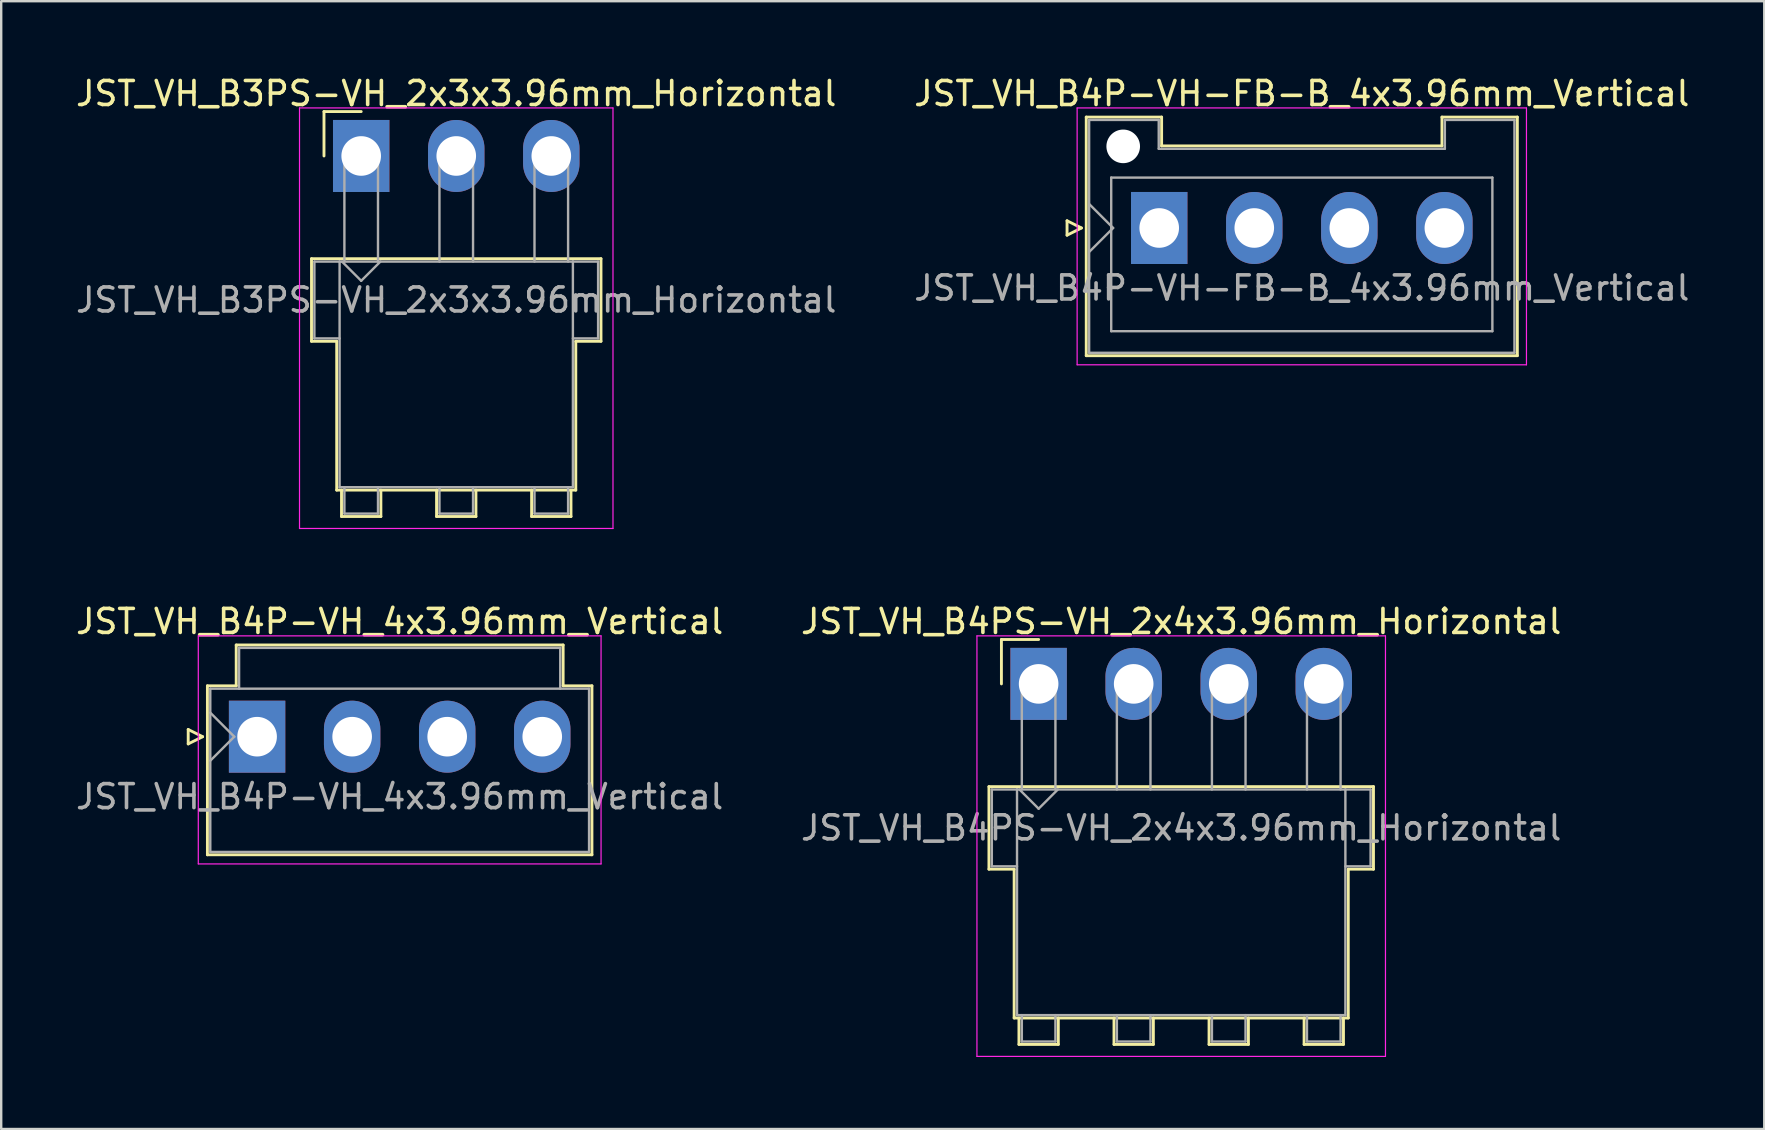
<source format=kicad_pcb>
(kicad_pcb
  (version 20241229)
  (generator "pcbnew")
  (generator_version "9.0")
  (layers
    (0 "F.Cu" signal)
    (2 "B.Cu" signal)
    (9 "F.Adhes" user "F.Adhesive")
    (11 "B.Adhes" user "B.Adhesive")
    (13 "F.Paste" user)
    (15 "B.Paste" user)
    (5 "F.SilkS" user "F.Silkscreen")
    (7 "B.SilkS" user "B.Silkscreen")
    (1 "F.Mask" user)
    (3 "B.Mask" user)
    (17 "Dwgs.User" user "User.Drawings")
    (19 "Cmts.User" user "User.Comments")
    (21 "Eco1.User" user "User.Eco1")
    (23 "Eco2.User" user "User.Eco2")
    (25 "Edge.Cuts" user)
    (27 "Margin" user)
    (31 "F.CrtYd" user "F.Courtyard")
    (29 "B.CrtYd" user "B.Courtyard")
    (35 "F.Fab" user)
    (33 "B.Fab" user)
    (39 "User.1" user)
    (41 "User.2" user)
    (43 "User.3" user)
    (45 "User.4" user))
  (footprint "JST_VH_B4PS-VH_2x4x3.96mm_Horizontal"
    (layer "F.Cu")
    (at 40.221 25.442)
    (property "Reference" "JST_VH_B4PS-VH_2x4x3.96mm_Horizontal" (at 5.94 -2.6 0) (layer "F.SilkS") (effects (font (size 1 1) (thickness 0.15))))
    (attr through_hole)
    (fp_line (start -2.07 4.28) (end 13.95 4.28) (stroke (width 0.12) (type solid)) (layer "F.SilkS"))
    (fp_line (start -2.07 7.72) (end -2.07 4.28) (stroke (width 0.12) (type solid)) (layer "F.SilkS"))
    (fp_line (start -1.55 -1.85) (end -1.55 0) (stroke (width 0.12) (type solid)) (layer "F.SilkS"))
    (fp_line (start -1.02 7.72) (end -2.07 7.72) (stroke (width 0.12) (type solid)) (layer "F.SilkS"))
    (fp_line (start -1.02 13.92) (end -1.02 7.72) (stroke (width 0.12) (type solid)) (layer "F.SilkS"))
    (fp_line (start -0.82 13.92) (end -0.82 15.02) (stroke (width 0.12) (type solid)) (layer "F.SilkS"))
    (fp_line (start -0.82 15.02) (end 0.82 15.02) (stroke (width 0.12) (type solid)) (layer "F.SilkS"))
    (fp_line (start 0 -1.85) (end -1.55 -1.85) (stroke (width 0.12) (type solid)) (layer "F.SilkS"))
    (fp_line (start 0.82 15.02) (end 0.82 13.92) (stroke (width 0.12) (type solid)) (layer "F.SilkS"))
    (fp_line (start 3.14 13.92) (end 3.14 15.02) (stroke (width 0.12) (type solid)) (layer "F.SilkS"))
    (fp_line (start 3.14 15.02) (end 4.78 15.02) (stroke (width 0.12) (type solid)) (layer "F.SilkS"))
    (fp_line (start 4.78 15.02) (end 4.78 13.92) (stroke (width 0.12) (type solid)) (layer "F.SilkS"))
    (fp_line (start 7.1 13.92) (end 7.1 15.02) (stroke (width 0.12) (type solid)) (layer "F.SilkS"))
    (fp_line (start 7.1 15.02) (end 8.74 15.02) (stroke (width 0.12) (type solid)) (layer "F.SilkS"))
    (fp_line (start 8.74 15.02) (end 8.74 13.92) (stroke (width 0.12) (type solid)) (layer "F.SilkS"))
    (fp_line (start 11.06 13.92) (end 11.06 15.02) (stroke (width 0.12) (type solid)) (layer "F.SilkS"))
    (fp_line (start 11.06 15.02) (end 12.7 15.02) (stroke (width 0.12) (type solid)) (layer "F.SilkS"))
    (fp_line (start 12.7 15.02) (end 12.7 13.92) (stroke (width 0.12) (type solid)) (layer "F.SilkS"))
    (fp_line (start 12.9 7.72) (end 12.9 13.92) (stroke (width 0.12) (type solid)) (layer "F.SilkS"))
    (fp_line (start 12.9 13.92) (end -1.02 13.92) (stroke (width 0.12) (type solid)) (layer "F.SilkS"))
    (fp_line (start 13.95 4.28) (end 13.95 7.72) (stroke (width 0.12) (type solid)) (layer "F.SilkS"))
    (fp_line (start 13.95 7.72) (end 12.9 7.72) (stroke (width 0.12) (type solid)) (layer "F.SilkS"))
    (fp_line (start -2.57 -2) (end -2.57 15.52) (stroke (width 0.05) (type solid)) (layer "F.CrtYd"))
    (fp_line (start -2.57 15.52) (end 14.45 15.52) (stroke (width 0.05) (type solid)) (layer "F.CrtYd"))
    (fp_line (start 14.45 -2) (end -2.57 -2) (stroke (width 0.05) (type solid)) (layer "F.CrtYd"))
    (fp_line (start 14.45 15.52) (end 14.45 -2) (stroke (width 0.05) (type solid)) (layer "F.CrtYd"))
    (fp_line (start -1.95 4.4) (end -0.9 4.4) (stroke (width 0.1) (type solid)) (layer "F.Fab"))
    (fp_line (start -1.95 7.6) (end -1.95 4.4) (stroke (width 0.1) (type solid)) (layer "F.Fab"))
    (fp_line (start -0.9 4.4) (end -0.9 13.8) (stroke (width 0.1) (type solid)) (layer "F.Fab"))
    (fp_line (start -0.9 7.6) (end -1.95 7.6) (stroke (width 0.1) (type solid)) (layer "F.Fab"))
    (fp_line (start -0.9 13.8) (end 12.78 13.8) (stroke (width 0.1) (type solid)) (layer "F.Fab"))
    (fp_line (start -0.8 4.4) (end 0 5.2) (stroke (width 0.1) (type solid)) (layer "F.Fab"))
    (fp_line (start -0.7 0) (end 0.7 0) (stroke (width 0.1) (type solid)) (layer "F.Fab"))
    (fp_line (start -0.7 4.4) (end -0.7 0) (stroke (width 0.1) (type solid)) (layer "F.Fab"))
    (fp_line (start -0.7 13.8) (end -0.7 14.9) (stroke (width 0.1) (type solid)) (layer "F.Fab"))
    (fp_line (start -0.7 14.9) (end 0.7 14.9) (stroke (width 0.1) (type solid)) (layer "F.Fab"))
    (fp_line (start 0 5.2) (end 0.8 4.4) (stroke (width 0.1) (type solid)) (layer "F.Fab"))
    (fp_line (start 0.7 0) (end 0.7 4.4) (stroke (width 0.1) (type solid)) (layer "F.Fab"))
    (fp_line (start 0.7 14.9) (end 0.7 13.8) (stroke (width 0.1) (type solid)) (layer "F.Fab"))
    (fp_line (start 3.26 0) (end 4.66 0) (stroke (width 0.1) (type solid)) (layer "F.Fab"))
    (fp_line (start 3.26 4.4) (end 3.26 0) (stroke (width 0.1) (type solid)) (layer "F.Fab"))
    (fp_line (start 3.26 13.8) (end 3.26 14.9) (stroke (width 0.1) (type solid)) (layer "F.Fab"))
    (fp_line (start 3.26 14.9) (end 4.66 14.9) (stroke (width 0.1) (type solid)) (layer "F.Fab"))
    (fp_line (start 4.66 0) (end 4.66 4.4) (stroke (width 0.1) (type solid)) (layer "F.Fab"))
    (fp_line (start 4.66 14.9) (end 4.66 13.8) (stroke (width 0.1) (type solid)) (layer "F.Fab"))
    (fp_line (start 7.22 0) (end 8.62 0) (stroke (width 0.1) (type solid)) (layer "F.Fab"))
    (fp_line (start 7.22 4.4) (end 7.22 0) (stroke (width 0.1) (type solid)) (layer "F.Fab"))
    (fp_line (start 7.22 13.8) (end 7.22 14.9) (stroke (width 0.1) (type solid)) (layer "F.Fab"))
    (fp_line (start 7.22 14.9) (end 8.62 14.9) (stroke (width 0.1) (type solid)) (layer "F.Fab"))
    (fp_line (start 8.62 0) (end 8.62 4.4) (stroke (width 0.1) (type solid)) (layer "F.Fab"))
    (fp_line (start 8.62 14.9) (end 8.62 13.8) (stroke (width 0.1) (type solid)) (layer "F.Fab"))
    (fp_line (start 11.18 0) (end 12.58 0) (stroke (width 0.1) (type solid)) (layer "F.Fab"))
    (fp_line (start 11.18 4.4) (end 11.18 0) (stroke (width 0.1) (type solid)) (layer "F.Fab"))
    (fp_line (start 11.18 13.8) (end 11.18 14.9) (stroke (width 0.1) (type solid)) (layer "F.Fab"))
    (fp_line (start 11.18 14.9) (end 12.58 14.9) (stroke (width 0.1) (type solid)) (layer "F.Fab"))
    (fp_line (start 12.58 0) (end 12.58 4.4) (stroke (width 0.1) (type solid)) (layer "F.Fab"))
    (fp_line (start 12.58 14.9) (end 12.58 13.8) (stroke (width 0.1) (type solid)) (layer "F.Fab"))
    (fp_line (start 12.78 4.4) (end -0.9 4.4) (stroke (width 0.1) (type solid)) (layer "F.Fab"))
    (fp_line (start 12.78 4.4) (end 13.83 4.4) (stroke (width 0.1) (type solid)) (layer "F.Fab"))
    (fp_line (start 12.78 13.8) (end 12.78 4.4) (stroke (width 0.1) (type solid)) (layer "F.Fab"))
    (fp_line (start 13.83 4.4) (end 13.83 7.6) (stroke (width 0.1) (type solid)) (layer "F.Fab"))
    (fp_line (start 13.83 7.6) (end 12.78 7.6) (stroke (width 0.1) (type solid)) (layer "F.Fab"))
    (fp_text user "${REFERENCE}" (at 5.94 6 0) (layer "F.Fab") (effects (font (size 1 1) (thickness 0.15))))
    (pad "1" thru_hole rect (at 0 0) (size 2.35 3) (drill 1.65) (layers "*.Cu" "*.Mask"))
    (pad "2" thru_hole oval (at 3.96 0) (size 2.35 3) (drill 1.65) (layers "*.Cu" "*.Mask"))
    (pad "3" thru_hole oval (at 7.92 0) (size 2.35 3) (drill 1.65) (layers "*.Cu" "*.Mask"))
    (pad "4" thru_hole oval (at 11.88 0) (size 2.35 3) (drill 1.65) (layers "*.Cu" "*.Mask")))
  (footprint "JST_VH_B4P-VH_4x3.96mm_Vertical"
    (layer "F.Cu")
    (at 7.661 27.642)
    (property "Reference" "JST_VH_B4P-VH_4x3.96mm_Vertical" (at 5.94 -4.8 0) (layer "F.SilkS") (effects (font (size 1 1) (thickness 0.15))))
    (attr through_hole)
    (fp_line (start -2.87 -0.3) (end -2.27 0) (stroke (width 0.12) (type solid)) (layer "F.SilkS"))
    (fp_line (start -2.87 0.3) (end -2.87 -0.3) (stroke (width 0.12) (type solid)) (layer "F.SilkS"))
    (fp_line (start -2.27 0) (end -2.87 0.3) (stroke (width 0.12) (type solid)) (layer "F.SilkS"))
    (fp_line (start -2.07 -2.12) (end -0.87 -2.12) (stroke (width 0.12) (type solid)) (layer "F.SilkS"))
    (fp_line (start -2.07 4.92) (end -2.07 -2.12) (stroke (width 0.12) (type solid)) (layer "F.SilkS"))
    (fp_line (start -0.87 -3.82) (end 12.75 -3.82) (stroke (width 0.12) (type solid)) (layer "F.SilkS"))
    (fp_line (start -0.87 -2.12) (end -0.87 -3.82) (stroke (width 0.12) (type solid)) (layer "F.SilkS"))
    (fp_line (start 12.75 -3.82) (end 12.75 -2.12) (stroke (width 0.12) (type solid)) (layer "F.SilkS"))
    (fp_line (start 12.75 -2.12) (end 13.95 -2.12) (stroke (width 0.12) (type solid)) (layer "F.SilkS"))
    (fp_line (start 13.95 -2.12) (end 13.95 4.92) (stroke (width 0.12) (type solid)) (layer "F.SilkS"))
    (fp_line (start 13.95 4.92) (end -2.07 4.92) (stroke (width 0.12) (type solid)) (layer "F.SilkS"))
    (fp_line (start -2.45 -4.2) (end -2.45 5.3) (stroke (width 0.05) (type solid)) (layer "F.CrtYd"))
    (fp_line (start -2.45 5.3) (end 14.33 5.3) (stroke (width 0.05) (type solid)) (layer "F.CrtYd"))
    (fp_line (start 14.33 -4.2) (end -2.45 -4.2) (stroke (width 0.05) (type solid)) (layer "F.CrtYd"))
    (fp_line (start 14.33 5.3) (end 14.33 -4.2) (stroke (width 0.05) (type solid)) (layer "F.CrtYd"))
    (fp_line (start -1.95 -2) (end -1.95 4.8) (stroke (width 0.1) (type solid)) (layer "F.Fab"))
    (fp_line (start -1.95 -1) (end -0.95 0) (stroke (width 0.1) (type solid)) (layer "F.Fab"))
    (fp_line (start -1.95 1) (end -0.95 0) (stroke (width 0.1) (type solid)) (layer "F.Fab"))
    (fp_line (start -1.95 4.8) (end 13.83 4.8) (stroke (width 0.1) (type solid)) (layer "F.Fab"))
    (fp_line (start -0.75 -3.7) (end 12.63 -3.7) (stroke (width 0.1) (type solid)) (layer "F.Fab"))
    (fp_line (start -0.75 -2) (end -0.75 -3.7) (stroke (width 0.1) (type solid)) (layer "F.Fab"))
    (fp_line (start 12.63 -3.7) (end 12.63 -2) (stroke (width 0.1) (type solid)) (layer "F.Fab"))
    (fp_line (start 13.83 -2) (end -1.95 -2) (stroke (width 0.1) (type solid)) (layer "F.Fab"))
    (fp_line (start 13.83 4.8) (end 13.83 -2) (stroke (width 0.1) (type solid)) (layer "F.Fab"))
    (fp_text user "${REFERENCE}" (at 5.94 2.5 0) (layer "F.Fab") (effects (font (size 1 1) (thickness 0.15))))
    (pad "1" thru_hole rect (at 0 0) (size 2.35 3) (drill 1.65) (layers "*.Cu" "*.Mask"))
    (pad "2" thru_hole oval (at 3.96 0) (size 2.35 3) (drill 1.65) (layers "*.Cu" "*.Mask"))
    (pad "3" thru_hole oval (at 7.92 0) (size 2.35 3) (drill 1.65) (layers "*.Cu" "*.Mask"))
    (pad "4" thru_hole oval (at 11.88 0) (size 2.35 3) (drill 1.65) (layers "*.Cu" "*.Mask")))
  (footprint "JST_VH_B3PS-VH_2x3x3.96mm_Horizontal"
    (layer "F.Cu")
    (at 11.998 3.448)
    (property "Reference" "JST_VH_B3PS-VH_2x3x3.96mm_Horizontal" (at 3.96 -2.6 0) (layer "F.SilkS") (effects (font (size 1 1) (thickness 0.15))))
    (attr through_hole)
    (fp_line (start -2.07 4.28) (end 9.99 4.28) (stroke (width 0.12) (type solid)) (layer "F.SilkS"))
    (fp_line (start -2.07 7.72) (end -2.07 4.28) (stroke (width 0.12) (type solid)) (layer "F.SilkS"))
    (fp_line (start -1.55 -1.85) (end -1.55 0) (stroke (width 0.12) (type solid)) (layer "F.SilkS"))
    (fp_line (start -1.02 7.72) (end -2.07 7.72) (stroke (width 0.12) (type solid)) (layer "F.SilkS"))
    (fp_line (start -1.02 13.92) (end -1.02 7.72) (stroke (width 0.12) (type solid)) (layer "F.SilkS"))
    (fp_line (start -0.82 13.92) (end -0.82 15.02) (stroke (width 0.12) (type solid)) (layer "F.SilkS"))
    (fp_line (start -0.82 15.02) (end 0.82 15.02) (stroke (width 0.12) (type solid)) (layer "F.SilkS"))
    (fp_line (start 0 -1.85) (end -1.55 -1.85) (stroke (width 0.12) (type solid)) (layer "F.SilkS"))
    (fp_line (start 0.82 15.02) (end 0.82 13.92) (stroke (width 0.12) (type solid)) (layer "F.SilkS"))
    (fp_line (start 3.14 13.92) (end 3.14 15.02) (stroke (width 0.12) (type solid)) (layer "F.SilkS"))
    (fp_line (start 3.14 15.02) (end 4.78 15.02) (stroke (width 0.12) (type solid)) (layer "F.SilkS"))
    (fp_line (start 4.78 15.02) (end 4.78 13.92) (stroke (width 0.12) (type solid)) (layer "F.SilkS"))
    (fp_line (start 7.1 13.92) (end 7.1 15.02) (stroke (width 0.12) (type solid)) (layer "F.SilkS"))
    (fp_line (start 7.1 15.02) (end 8.74 15.02) (stroke (width 0.12) (type solid)) (layer "F.SilkS"))
    (fp_line (start 8.74 15.02) (end 8.74 13.92) (stroke (width 0.12) (type solid)) (layer "F.SilkS"))
    (fp_line (start 8.94 7.72) (end 8.94 13.92) (stroke (width 0.12) (type solid)) (layer "F.SilkS"))
    (fp_line (start 8.94 13.92) (end -1.02 13.92) (stroke (width 0.12) (type solid)) (layer "F.SilkS"))
    (fp_line (start 9.99 4.28) (end 9.99 7.72) (stroke (width 0.12) (type solid)) (layer "F.SilkS"))
    (fp_line (start 9.99 7.72) (end 8.94 7.72) (stroke (width 0.12) (type solid)) (layer "F.SilkS"))
    (fp_line (start -2.57 -2) (end -2.57 15.52) (stroke (width 0.05) (type solid)) (layer "F.CrtYd"))
    (fp_line (start -2.57 15.52) (end 10.49 15.52) (stroke (width 0.05) (type solid)) (layer "F.CrtYd"))
    (fp_line (start 10.49 -2) (end -2.57 -2) (stroke (width 0.05) (type solid)) (layer "F.CrtYd"))
    (fp_line (start 10.49 15.52) (end 10.49 -2) (stroke (width 0.05) (type solid)) (layer "F.CrtYd"))
    (fp_line (start -1.95 4.4) (end -0.9 4.4) (stroke (width 0.1) (type solid)) (layer "F.Fab"))
    (fp_line (start -1.95 7.6) (end -1.95 4.4) (stroke (width 0.1) (type solid)) (layer "F.Fab"))
    (fp_line (start -0.9 4.4) (end -0.9 13.8) (stroke (width 0.1) (type solid)) (layer "F.Fab"))
    (fp_line (start -0.9 7.6) (end -1.95 7.6) (stroke (width 0.1) (type solid)) (layer "F.Fab"))
    (fp_line (start -0.9 13.8) (end 8.82 13.8) (stroke (width 0.1) (type solid)) (layer "F.Fab"))
    (fp_line (start -0.8 4.4) (end 0 5.2) (stroke (width 0.1) (type solid)) (layer "F.Fab"))
    (fp_line (start -0.7 0) (end 0.7 0) (stroke (width 0.1) (type solid)) (layer "F.Fab"))
    (fp_line (start -0.7 4.4) (end -0.7 0) (stroke (width 0.1) (type solid)) (layer "F.Fab"))
    (fp_line (start -0.7 13.8) (end -0.7 14.9) (stroke (width 0.1) (type solid)) (layer "F.Fab"))
    (fp_line (start -0.7 14.9) (end 0.7 14.9) (stroke (width 0.1) (type solid)) (layer "F.Fab"))
    (fp_line (start 0 5.2) (end 0.8 4.4) (stroke (width 0.1) (type solid)) (layer "F.Fab"))
    (fp_line (start 0.7 0) (end 0.7 4.4) (stroke (width 0.1) (type solid)) (layer "F.Fab"))
    (fp_line (start 0.7 14.9) (end 0.7 13.8) (stroke (width 0.1) (type solid)) (layer "F.Fab"))
    (fp_line (start 3.26 0) (end 4.66 0) (stroke (width 0.1) (type solid)) (layer "F.Fab"))
    (fp_line (start 3.26 4.4) (end 3.26 0) (stroke (width 0.1) (type solid)) (layer "F.Fab"))
    (fp_line (start 3.26 13.8) (end 3.26 14.9) (stroke (width 0.1) (type solid)) (layer "F.Fab"))
    (fp_line (start 3.26 14.9) (end 4.66 14.9) (stroke (width 0.1) (type solid)) (layer "F.Fab"))
    (fp_line (start 4.66 0) (end 4.66 4.4) (stroke (width 0.1) (type solid)) (layer "F.Fab"))
    (fp_line (start 4.66 14.9) (end 4.66 13.8) (stroke (width 0.1) (type solid)) (layer "F.Fab"))
    (fp_line (start 7.22 0) (end 8.62 0) (stroke (width 0.1) (type solid)) (layer "F.Fab"))
    (fp_line (start 7.22 4.4) (end 7.22 0) (stroke (width 0.1) (type solid)) (layer "F.Fab"))
    (fp_line (start 7.22 13.8) (end 7.22 14.9) (stroke (width 0.1) (type solid)) (layer "F.Fab"))
    (fp_line (start 7.22 14.9) (end 8.62 14.9) (stroke (width 0.1) (type solid)) (layer "F.Fab"))
    (fp_line (start 8.62 0) (end 8.62 4.4) (stroke (width 0.1) (type solid)) (layer "F.Fab"))
    (fp_line (start 8.62 14.9) (end 8.62 13.8) (stroke (width 0.1) (type solid)) (layer "F.Fab"))
    (fp_line (start 8.82 4.4) (end -0.9 4.4) (stroke (width 0.1) (type solid)) (layer "F.Fab"))
    (fp_line (start 8.82 4.4) (end 9.87 4.4) (stroke (width 0.1) (type solid)) (layer "F.Fab"))
    (fp_line (start 8.82 13.8) (end 8.82 4.4) (stroke (width 0.1) (type solid)) (layer "F.Fab"))
    (fp_line (start 9.87 4.4) (end 9.87 7.6) (stroke (width 0.1) (type solid)) (layer "F.Fab"))
    (fp_line (start 9.87 7.6) (end 8.82 7.6) (stroke (width 0.1) (type solid)) (layer "F.Fab"))
    (fp_text user "${REFERENCE}" (at 3.96 6 0) (layer "F.Fab") (effects (font (size 1 1) (thickness 0.15))))
    (pad "1" thru_hole rect (at 0 0) (size 2.35 3) (drill 1.65) (layers "*.Cu" "*.Mask"))
    (pad "2" thru_hole oval (at 3.96 0) (size 2.35 3) (drill 1.65) (layers "*.Cu" "*.Mask"))
    (pad "3" thru_hole oval (at 7.92 0) (size 2.35 3) (drill 1.65) (layers "*.Cu" "*.Mask")))
  (footprint "JST_VH_B4P-VH-FB-B_4x3.96mm_Vertical"
    (layer "F.Cu")
    (at 45.245 6.448)
    (property "Reference" "JST_VH_B4P-VH-FB-B_4x3.96mm_Vertical" (at 5.94 -5.6 0) (layer "F.SilkS") (effects (font (size 1 1) (thickness 0.15))))
    (attr through_hole)
    (fp_line (start -3.84 -0.3) (end -3.24 0) (stroke (width 0.12) (type solid)) (layer "F.SilkS"))
    (fp_line (start -3.84 0.3) (end -3.84 -0.3) (stroke (width 0.12) (type solid)) (layer "F.SilkS"))
    (fp_line (start -3.24 0) (end -3.84 0.3) (stroke (width 0.12) (type solid)) (layer "F.SilkS"))
    (fp_line (start -3.04 -4.62) (end 0.1 -4.62) (stroke (width 0.12) (type solid)) (layer "F.SilkS"))
    (fp_line (start -3.04 5.32) (end -3.04 -4.62) (stroke (width 0.12) (type solid)) (layer "F.SilkS"))
    (fp_line (start 0.1 -4.62) (end 0.1 -3.42) (stroke (width 0.12) (type solid)) (layer "F.SilkS"))
    (fp_line (start 0.1 -3.42) (end 11.78 -3.42) (stroke (width 0.12) (type solid)) (layer "F.SilkS"))
    (fp_line (start 11.78 -4.62) (end 14.92 -4.62) (stroke (width 0.12) (type solid)) (layer "F.SilkS"))
    (fp_line (start 11.78 -3.42) (end 11.78 -4.62) (stroke (width 0.12) (type solid)) (layer "F.SilkS"))
    (fp_line (start 14.92 -4.62) (end 14.92 5.32) (stroke (width 0.12) (type solid)) (layer "F.SilkS"))
    (fp_line (start 14.92 5.32) (end -3.04 5.32) (stroke (width 0.12) (type solid)) (layer "F.SilkS"))
    (fp_line (start -3.42 -5) (end -3.42 5.7) (stroke (width 0.05) (type solid)) (layer "F.CrtYd"))
    (fp_line (start -3.42 5.7) (end 15.3 5.7) (stroke (width 0.05) (type solid)) (layer "F.CrtYd"))
    (fp_line (start 15.3 -5) (end -3.42 -5) (stroke (width 0.05) (type solid)) (layer "F.CrtYd"))
    (fp_line (start 15.3 5.7) (end 15.3 -5) (stroke (width 0.05) (type solid)) (layer "F.CrtYd"))
    (fp_line (start -2.92 -4.5) (end -0.02 -4.5) (stroke (width 0.1) (type solid)) (layer "F.Fab"))
    (fp_line (start -2.92 -1) (end -1.92 0) (stroke (width 0.1) (type solid)) (layer "F.Fab"))
    (fp_line (start -2.92 1) (end -1.92 0) (stroke (width 0.1) (type solid)) (layer "F.Fab"))
    (fp_line (start -2.92 5.2) (end -2.92 -4.5) (stroke (width 0.1) (type solid)) (layer "F.Fab"))
    (fp_line (start -2 -2.1) (end 13.88 -2.1) (stroke (width 0.1) (type solid)) (layer "F.Fab"))
    (fp_line (start -2 4.3) (end -2 -2.1) (stroke (width 0.1) (type solid)) (layer "F.Fab"))
    (fp_line (start -0.02 -4.5) (end -0.02 -3.3) (stroke (width 0.1) (type solid)) (layer "F.Fab"))
    (fp_line (start -0.02 -3.3) (end 11.9 -3.3) (stroke (width 0.1) (type solid)) (layer "F.Fab"))
    (fp_line (start 11.9 -4.5) (end 14.8 -4.5) (stroke (width 0.1) (type solid)) (layer "F.Fab"))
    (fp_line (start 11.9 -3.3) (end 11.9 -4.5) (stroke (width 0.1) (type solid)) (layer "F.Fab"))
    (fp_line (start 13.88 -2.1) (end 13.88 4.3) (stroke (width 0.1) (type solid)) (layer "F.Fab"))
    (fp_line (start 13.88 4.3) (end -2 4.3) (stroke (width 0.1) (type solid)) (layer "F.Fab"))
    (fp_line (start 14.8 -4.5) (end 14.8 5.2) (stroke (width 0.1) (type solid)) (layer "F.Fab"))
    (fp_line (start 14.8 5.2) (end -2.92 5.2) (stroke (width 0.1) (type solid)) (layer "F.Fab"))
    (fp_text user "${REFERENCE}" (at 5.94 2.5 0) (layer "F.Fab") (effects (font (size 1 1) (thickness 0.15))))
    (pad "" np_thru_hole circle (at -1.5 -3.4) (size 1.4 1.4) (drill 1.4) (layers "*.Cu" "*.Mask"))
    (pad "1" thru_hole rect (at 0 0) (size 2.35 3) (drill 1.65) (layers "*.Cu" "*.Mask"))
    (pad "2" thru_hole oval (at 3.96 0) (size 2.35 3) (drill 1.65) (layers "*.Cu" "*.Mask"))
    (pad "3" thru_hole oval (at 7.92 0) (size 2.35 3) (drill 1.65) (layers "*.Cu" "*.Mask"))
    (pad "4" thru_hole oval (at 11.88 0) (size 2.35 3) (drill 1.65) (layers "*.Cu" "*.Mask")))
  (gr_rect
    (start -3 -3)
    (end 70.452 43.986)
    (stroke (width 0.1) (type default))
    (fill no)
    (layer "Edge.Cuts")))
</source>
